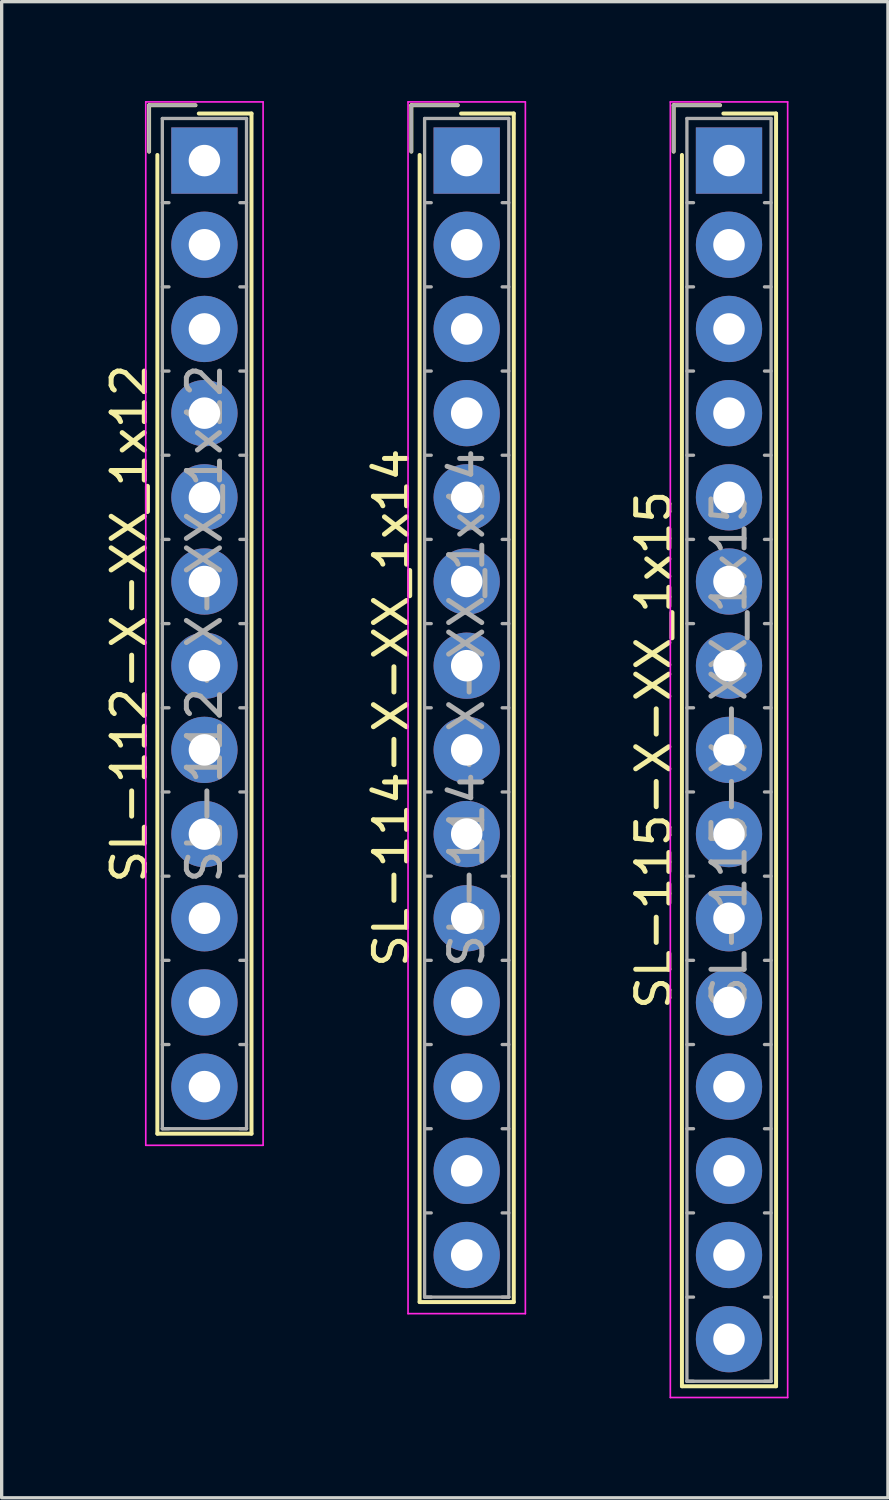
<source format=kicad_pcb>
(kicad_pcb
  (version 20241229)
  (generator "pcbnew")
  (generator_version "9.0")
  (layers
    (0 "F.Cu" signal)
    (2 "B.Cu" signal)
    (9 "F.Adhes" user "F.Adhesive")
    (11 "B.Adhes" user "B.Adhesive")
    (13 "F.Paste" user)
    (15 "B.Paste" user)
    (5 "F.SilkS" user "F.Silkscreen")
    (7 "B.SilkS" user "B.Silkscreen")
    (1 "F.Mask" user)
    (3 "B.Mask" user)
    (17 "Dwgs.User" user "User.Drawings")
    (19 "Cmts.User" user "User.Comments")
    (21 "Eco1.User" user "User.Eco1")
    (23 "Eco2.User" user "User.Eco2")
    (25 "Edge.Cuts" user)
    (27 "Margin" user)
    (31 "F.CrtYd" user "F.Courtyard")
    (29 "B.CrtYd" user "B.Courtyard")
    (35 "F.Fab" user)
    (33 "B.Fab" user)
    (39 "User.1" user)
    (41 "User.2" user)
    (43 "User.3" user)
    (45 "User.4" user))
  (footprint "SL-114-X-XX_1x14"
    (layer "F.Cu")
    (at 11.031 1.795)
    (property "Reference" "SL-114-X-XX_1x14" (at -2.27 16.51 90) (layer "F.SilkS") (effects (font (size 1 1) (thickness 0.15))))
    (attr through_hole)
    (fp_line (start -1.67 -1.67) (end -1.67 -0.27) (stroke (width 0.12) (type solid)) (layer "F.SilkS"))
    (fp_line (start -1.42 34.44) (end -1.42 -0.17) (stroke (width 0.12) (type solid)) (layer "F.SilkS"))
    (fp_line (start -0.27 -1.67) (end -1.67 -1.67) (stroke (width 0.12) (type solid)) (layer "F.SilkS"))
    (fp_line (start -0.17 -1.42) (end 1.42 -1.42) (stroke (width 0.12) (type solid)) (layer "F.SilkS"))
    (fp_line (start 1.42 -1.42) (end 1.42 34.44) (stroke (width 0.12) (type solid)) (layer "F.SilkS"))
    (fp_line (start 1.42 34.44) (end -1.42 34.44) (stroke (width 0.12) (type solid)) (layer "F.SilkS"))
    (fp_line (start -1.77 -1.77) (end -1.77 34.79) (stroke (width 0.05) (type solid)) (layer "F.CrtYd"))
    (fp_line (start -1.77 34.79) (end 1.77 34.79) (stroke (width 0.05) (type solid)) (layer "F.CrtYd"))
    (fp_line (start 1.77 -1.77) (end -1.77 -1.77) (stroke (width 0.05) (type solid)) (layer "F.CrtYd"))
    (fp_line (start 1.77 34.79) (end 1.77 -1.77) (stroke (width 0.05) (type solid)) (layer "F.CrtYd"))
    (fp_line (start -1.67 -1.67) (end -1.67 -0.27) (stroke (width 0.1) (type solid)) (layer "F.Fab"))
    (fp_line (start -1.27 -1.27) (end -1.27 34.29) (stroke (width 0.1) (type solid)) (layer "F.Fab"))
    (fp_line (start -1.27 1.27) (end -1.07 1.27) (stroke (width 0.1) (type solid)) (layer "F.Fab"))
    (fp_line (start -1.27 3.81) (end -1.07 3.81) (stroke (width 0.1) (type solid)) (layer "F.Fab"))
    (fp_line (start -1.27 6.35) (end -1.07 6.35) (stroke (width 0.1) (type solid)) (layer "F.Fab"))
    (fp_line (start -1.27 8.89) (end -1.07 8.89) (stroke (width 0.1) (type solid)) (layer "F.Fab"))
    (fp_line (start -1.27 11.43) (end -1.07 11.43) (stroke (width 0.1) (type solid)) (layer "F.Fab"))
    (fp_line (start -1.27 13.97) (end -1.07 13.97) (stroke (width 0.1) (type solid)) (layer "F.Fab"))
    (fp_line (start -1.27 16.51) (end -1.07 16.51) (stroke (width 0.1) (type solid)) (layer "F.Fab"))
    (fp_line (start -1.27 19.05) (end -1.07 19.05) (stroke (width 0.1) (type solid)) (layer "F.Fab"))
    (fp_line (start -1.27 21.59) (end -1.07 21.59) (stroke (width 0.1) (type solid)) (layer "F.Fab"))
    (fp_line (start -1.27 24.13) (end -1.07 24.13) (stroke (width 0.1) (type solid)) (layer "F.Fab"))
    (fp_line (start -1.27 26.67) (end -1.07 26.67) (stroke (width 0.1) (type solid)) (layer "F.Fab"))
    (fp_line (start -1.27 29.21) (end -1.07 29.21) (stroke (width 0.1) (type solid)) (layer "F.Fab"))
    (fp_line (start -1.27 31.75) (end -1.07 31.75) (stroke (width 0.1) (type solid)) (layer "F.Fab"))
    (fp_line (start -1.27 34.29) (end -1.07 34.29) (stroke (width 0.1) (type solid)) (layer "F.Fab"))
    (fp_line (start -1.27 34.29) (end 1.27 34.29) (stroke (width 0.1) (type solid)) (layer "F.Fab"))
    (fp_line (start -0.27 -1.67) (end -1.67 -1.67) (stroke (width 0.1) (type solid)) (layer "F.Fab"))
    (fp_line (start 1.27 -1.27) (end -1.27 -1.27) (stroke (width 0.1) (type solid)) (layer "F.Fab"))
    (fp_line (start 1.27 1.27) (end 1.07 1.27) (stroke (width 0.1) (type solid)) (layer "F.Fab"))
    (fp_line (start 1.27 3.81) (end 1.07 3.81) (stroke (width 0.1) (type solid)) (layer "F.Fab"))
    (fp_line (start 1.27 6.35) (end 1.07 6.35) (stroke (width 0.1) (type solid)) (layer "F.Fab"))
    (fp_line (start 1.27 8.89) (end 1.07 8.89) (stroke (width 0.1) (type solid)) (layer "F.Fab"))
    (fp_line (start 1.27 11.43) (end 1.07 11.43) (stroke (width 0.1) (type solid)) (layer "F.Fab"))
    (fp_line (start 1.27 13.97) (end 1.07 13.97) (stroke (width 0.1) (type solid)) (layer "F.Fab"))
    (fp_line (start 1.27 16.51) (end 1.07 16.51) (stroke (width 0.1) (type solid)) (layer "F.Fab"))
    (fp_line (start 1.27 19.05) (end 1.07 19.05) (stroke (width 0.1) (type solid)) (layer "F.Fab"))
    (fp_line (start 1.27 21.59) (end 1.07 21.59) (stroke (width 0.1) (type solid)) (layer "F.Fab"))
    (fp_line (start 1.27 24.13) (end 1.07 24.13) (stroke (width 0.1) (type solid)) (layer "F.Fab"))
    (fp_line (start 1.27 26.67) (end 1.07 26.67) (stroke (width 0.1) (type solid)) (layer "F.Fab"))
    (fp_line (start 1.27 29.21) (end 1.07 29.21) (stroke (width 0.1) (type solid)) (layer "F.Fab"))
    (fp_line (start 1.27 31.75) (end 1.07 31.75) (stroke (width 0.1) (type solid)) (layer "F.Fab"))
    (fp_line (start 1.27 34.29) (end 1.07 34.29) (stroke (width 0.1) (type solid)) (layer "F.Fab"))
    (fp_line (start 1.27 34.29) (end 1.27 -1.27) (stroke (width 0.1) (type solid)) (layer "F.Fab"))
    (fp_text user "${REFERENCE}" (at 0 16.51 90) (layer "F.Fab") (effects (font (size 1 1) (thickness 0.15))))
    (pad "1" thru_hole rect (at 0 0) (size 2 2) (drill 0.95) (layers "*.Cu" "*.Mask"))
    (pad "2" thru_hole circle (at 0 2.54) (size 2 2) (drill 0.95) (layers "*.Cu" "*.Mask"))
    (pad "3" thru_hole circle (at 0 5.08) (size 2 2) (drill 0.95) (layers "*.Cu" "*.Mask"))
    (pad "4" thru_hole circle (at 0 7.62) (size 2 2) (drill 0.95) (layers "*.Cu" "*.Mask"))
    (pad "5" thru_hole circle (at 0 10.16) (size 2 2) (drill 0.95) (layers "*.Cu" "*.Mask"))
    (pad "6" thru_hole circle (at 0 12.7) (size 2 2) (drill 0.95) (layers "*.Cu" "*.Mask"))
    (pad "7" thru_hole circle (at 0 15.24) (size 2 2) (drill 0.95) (layers "*.Cu" "*.Mask"))
    (pad "8" thru_hole circle (at 0 17.78) (size 2 2) (drill 0.95) (layers "*.Cu" "*.Mask"))
    (pad "9" thru_hole circle (at 0 20.32) (size 2 2) (drill 0.95) (layers "*.Cu" "*.Mask"))
    (pad "10" thru_hole circle (at 0 22.86) (size 2 2) (drill 0.95) (layers "*.Cu" "*.Mask"))
    (pad "11" thru_hole circle (at 0 25.4) (size 2 2) (drill 0.95) (layers "*.Cu" "*.Mask"))
    (pad "12" thru_hole circle (at 0 27.94) (size 2 2) (drill 0.95) (layers "*.Cu" "*.Mask"))
    (pad "13" thru_hole circle (at 0 30.48) (size 2 2) (drill 0.95) (layers "*.Cu" "*.Mask"))
    (pad "14" thru_hole circle (at 0 33.02) (size 2 2) (drill 0.95) (layers "*.Cu" "*.Mask")))
  (footprint "SL-115-X-XX_1x15"
    (layer "F.Cu")
    (at 18.945 1.795)
    (property "Reference" "SL-115-X-XX_1x15" (at -2.27 17.78 90) (layer "F.SilkS") (effects (font (size 1 1) (thickness 0.15))))
    (attr through_hole)
    (fp_line (start -1.67 -1.67) (end -1.67 -0.27) (stroke (width 0.12) (type solid)) (layer "F.SilkS"))
    (fp_line (start -1.42 36.98) (end -1.42 -0.17) (stroke (width 0.12) (type solid)) (layer "F.SilkS"))
    (fp_line (start -0.27 -1.67) (end -1.67 -1.67) (stroke (width 0.12) (type solid)) (layer "F.SilkS"))
    (fp_line (start -0.17 -1.42) (end 1.42 -1.42) (stroke (width 0.12) (type solid)) (layer "F.SilkS"))
    (fp_line (start 1.42 -1.42) (end 1.42 36.98) (stroke (width 0.12) (type solid)) (layer "F.SilkS"))
    (fp_line (start 1.42 36.98) (end -1.42 36.98) (stroke (width 0.12) (type solid)) (layer "F.SilkS"))
    (fp_line (start -1.77 -1.77) (end -1.77 37.32) (stroke (width 0.05) (type solid)) (layer "F.CrtYd"))
    (fp_line (start -1.77 37.32) (end 1.77 37.32) (stroke (width 0.05) (type solid)) (layer "F.CrtYd"))
    (fp_line (start 1.77 -1.77) (end -1.77 -1.77) (stroke (width 0.05) (type solid)) (layer "F.CrtYd"))
    (fp_line (start 1.77 37.32) (end 1.77 -1.77) (stroke (width 0.05) (type solid)) (layer "F.CrtYd"))
    (fp_line (start -1.67 -1.67) (end -1.67 -0.27) (stroke (width 0.1) (type solid)) (layer "F.Fab"))
    (fp_line (start -1.27 -1.27) (end -1.27 36.83) (stroke (width 0.1) (type solid)) (layer "F.Fab"))
    (fp_line (start -1.27 1.27) (end -1.07 1.27) (stroke (width 0.1) (type solid)) (layer "F.Fab"))
    (fp_line (start -1.27 3.81) (end -1.07 3.81) (stroke (width 0.1) (type solid)) (layer "F.Fab"))
    (fp_line (start -1.27 6.35) (end -1.07 6.35) (stroke (width 0.1) (type solid)) (layer "F.Fab"))
    (fp_line (start -1.27 8.89) (end -1.07 8.89) (stroke (width 0.1) (type solid)) (layer "F.Fab"))
    (fp_line (start -1.27 11.43) (end -1.07 11.43) (stroke (width 0.1) (type solid)) (layer "F.Fab"))
    (fp_line (start -1.27 13.97) (end -1.07 13.97) (stroke (width 0.1) (type solid)) (layer "F.Fab"))
    (fp_line (start -1.27 16.51) (end -1.07 16.51) (stroke (width 0.1) (type solid)) (layer "F.Fab"))
    (fp_line (start -1.27 19.05) (end -1.07 19.05) (stroke (width 0.1) (type solid)) (layer "F.Fab"))
    (fp_line (start -1.27 21.59) (end -1.07 21.59) (stroke (width 0.1) (type solid)) (layer "F.Fab"))
    (fp_line (start -1.27 24.13) (end -1.07 24.13) (stroke (width 0.1) (type solid)) (layer "F.Fab"))
    (fp_line (start -1.27 26.67) (end -1.07 26.67) (stroke (width 0.1) (type solid)) (layer "F.Fab"))
    (fp_line (start -1.27 29.21) (end -1.07 29.21) (stroke (width 0.1) (type solid)) (layer "F.Fab"))
    (fp_line (start -1.27 31.75) (end -1.07 31.75) (stroke (width 0.1) (type solid)) (layer "F.Fab"))
    (fp_line (start -1.27 34.29) (end -1.07 34.29) (stroke (width 0.1) (type solid)) (layer "F.Fab"))
    (fp_line (start -1.27 36.83) (end -1.07 36.83) (stroke (width 0.1) (type solid)) (layer "F.Fab"))
    (fp_line (start -1.27 36.83) (end 1.27 36.83) (stroke (width 0.1) (type solid)) (layer "F.Fab"))
    (fp_line (start -0.27 -1.67) (end -1.67 -1.67) (stroke (width 0.1) (type solid)) (layer "F.Fab"))
    (fp_line (start 1.27 -1.27) (end -1.27 -1.27) (stroke (width 0.1) (type solid)) (layer "F.Fab"))
    (fp_line (start 1.27 1.27) (end 1.07 1.27) (stroke (width 0.1) (type solid)) (layer "F.Fab"))
    (fp_line (start 1.27 3.81) (end 1.07 3.81) (stroke (width 0.1) (type solid)) (layer "F.Fab"))
    (fp_line (start 1.27 6.35) (end 1.07 6.35) (stroke (width 0.1) (type solid)) (layer "F.Fab"))
    (fp_line (start 1.27 8.89) (end 1.07 8.89) (stroke (width 0.1) (type solid)) (layer "F.Fab"))
    (fp_line (start 1.27 11.43) (end 1.07 11.43) (stroke (width 0.1) (type solid)) (layer "F.Fab"))
    (fp_line (start 1.27 13.97) (end 1.07 13.97) (stroke (width 0.1) (type solid)) (layer "F.Fab"))
    (fp_line (start 1.27 16.51) (end 1.07 16.51) (stroke (width 0.1) (type solid)) (layer "F.Fab"))
    (fp_line (start 1.27 19.05) (end 1.07 19.05) (stroke (width 0.1) (type solid)) (layer "F.Fab"))
    (fp_line (start 1.27 21.59) (end 1.07 21.59) (stroke (width 0.1) (type solid)) (layer "F.Fab"))
    (fp_line (start 1.27 24.13) (end 1.07 24.13) (stroke (width 0.1) (type solid)) (layer "F.Fab"))
    (fp_line (start 1.27 26.67) (end 1.07 26.67) (stroke (width 0.1) (type solid)) (layer "F.Fab"))
    (fp_line (start 1.27 29.21) (end 1.07 29.21) (stroke (width 0.1) (type solid)) (layer "F.Fab"))
    (fp_line (start 1.27 31.75) (end 1.07 31.75) (stroke (width 0.1) (type solid)) (layer "F.Fab"))
    (fp_line (start 1.27 34.29) (end 1.07 34.29) (stroke (width 0.1) (type solid)) (layer "F.Fab"))
    (fp_line (start 1.27 36.83) (end 1.07 36.83) (stroke (width 0.1) (type solid)) (layer "F.Fab"))
    (fp_line (start 1.27 36.83) (end 1.27 -1.27) (stroke (width 0.1) (type solid)) (layer "F.Fab"))
    (fp_text user "${REFERENCE}" (at 0 17.78 90) (layer "F.Fab") (effects (font (size 1 1) (thickness 0.15))))
    (pad "1" thru_hole rect (at 0 0) (size 2 2) (drill 0.95) (layers "*.Cu" "*.Mask"))
    (pad "2" thru_hole circle (at 0 2.54) (size 2 2) (drill 0.95) (layers "*.Cu" "*.Mask"))
    (pad "3" thru_hole circle (at 0 5.08) (size 2 2) (drill 0.95) (layers "*.Cu" "*.Mask"))
    (pad "4" thru_hole circle (at 0 7.62) (size 2 2) (drill 0.95) (layers "*.Cu" "*.Mask"))
    (pad "5" thru_hole circle (at 0 10.16) (size 2 2) (drill 0.95) (layers "*.Cu" "*.Mask"))
    (pad "6" thru_hole circle (at 0 12.7) (size 2 2) (drill 0.95) (layers "*.Cu" "*.Mask"))
    (pad "7" thru_hole circle (at 0 15.24) (size 2 2) (drill 0.95) (layers "*.Cu" "*.Mask"))
    (pad "8" thru_hole circle (at 0 17.78) (size 2 2) (drill 0.95) (layers "*.Cu" "*.Mask"))
    (pad "9" thru_hole circle (at 0 20.32) (size 2 2) (drill 0.95) (layers "*.Cu" "*.Mask"))
    (pad "10" thru_hole circle (at 0 22.86) (size 2 2) (drill 0.95) (layers "*.Cu" "*.Mask"))
    (pad "11" thru_hole circle (at 0 25.4) (size 2 2) (drill 0.95) (layers "*.Cu" "*.Mask"))
    (pad "12" thru_hole circle (at 0 27.94) (size 2 2) (drill 0.95) (layers "*.Cu" "*.Mask"))
    (pad "13" thru_hole circle (at 0 30.48) (size 2 2) (drill 0.95) (layers "*.Cu" "*.Mask"))
    (pad "14" thru_hole circle (at 0 33.02) (size 2 2) (drill 0.95) (layers "*.Cu" "*.Mask"))
    (pad "15" thru_hole circle (at 0 35.56) (size 2 2) (drill 0.95) (layers "*.Cu" "*.Mask")))
  (footprint "SL-112-X-XX_1x12"
    (layer "F.Cu")
    (at 3.118 1.795)
    (property "Reference" "SL-112-X-XX_1x12" (at -2.27 13.97 90) (layer "F.SilkS") (effects (font (size 1 1) (thickness 0.15))))
    (attr through_hole)
    (fp_line (start -1.67 -1.67) (end -1.67 -0.27) (stroke (width 0.12) (type solid)) (layer "F.SilkS"))
    (fp_line (start -1.42 29.36) (end -1.42 -0.17) (stroke (width 0.12) (type solid)) (layer "F.SilkS"))
    (fp_line (start -0.27 -1.67) (end -1.67 -1.67) (stroke (width 0.12) (type solid)) (layer "F.SilkS"))
    (fp_line (start -0.17 -1.42) (end 1.42 -1.42) (stroke (width 0.12) (type solid)) (layer "F.SilkS"))
    (fp_line (start 1.42 -1.42) (end 1.42 29.36) (stroke (width 0.12) (type solid)) (layer "F.SilkS"))
    (fp_line (start 1.42 29.36) (end -1.42 29.36) (stroke (width 0.12) (type solid)) (layer "F.SilkS"))
    (fp_line (start -1.77 -1.77) (end -1.77 29.71) (stroke (width 0.05) (type solid)) (layer "F.CrtYd"))
    (fp_line (start -1.77 29.71) (end 1.77 29.71) (stroke (width 0.05) (type solid)) (layer "F.CrtYd"))
    (fp_line (start 1.77 -1.77) (end -1.77 -1.77) (stroke (width 0.05) (type solid)) (layer "F.CrtYd"))
    (fp_line (start 1.77 29.71) (end 1.77 -1.77) (stroke (width 0.05) (type solid)) (layer "F.CrtYd"))
    (fp_line (start -1.67 -1.67) (end -1.67 -0.27) (stroke (width 0.1) (type solid)) (layer "F.Fab"))
    (fp_line (start -1.27 -1.27) (end -1.27 29.21) (stroke (width 0.1) (type solid)) (layer "F.Fab"))
    (fp_line (start -1.27 1.27) (end -1.07 1.27) (stroke (width 0.1) (type solid)) (layer "F.Fab"))
    (fp_line (start -1.27 3.81) (end -1.07 3.81) (stroke (width 0.1) (type solid)) (layer "F.Fab"))
    (fp_line (start -1.27 6.35) (end -1.07 6.35) (stroke (width 0.1) (type solid)) (layer "F.Fab"))
    (fp_line (start -1.27 8.89) (end -1.07 8.89) (stroke (width 0.1) (type solid)) (layer "F.Fab"))
    (fp_line (start -1.27 11.43) (end -1.07 11.43) (stroke (width 0.1) (type solid)) (layer "F.Fab"))
    (fp_line (start -1.27 13.97) (end -1.07 13.97) (stroke (width 0.1) (type solid)) (layer "F.Fab"))
    (fp_line (start -1.27 16.51) (end -1.07 16.51) (stroke (width 0.1) (type solid)) (layer "F.Fab"))
    (fp_line (start -1.27 19.05) (end -1.07 19.05) (stroke (width 0.1) (type solid)) (layer "F.Fab"))
    (fp_line (start -1.27 21.59) (end -1.07 21.59) (stroke (width 0.1) (type solid)) (layer "F.Fab"))
    (fp_line (start -1.27 24.13) (end -1.07 24.13) (stroke (width 0.1) (type solid)) (layer "F.Fab"))
    (fp_line (start -1.27 26.67) (end -1.07 26.67) (stroke (width 0.1) (type solid)) (layer "F.Fab"))
    (fp_line (start -1.27 29.21) (end -1.07 29.21) (stroke (width 0.1) (type solid)) (layer "F.Fab"))
    (fp_line (start -1.27 29.21) (end 1.27 29.21) (stroke (width 0.1) (type solid)) (layer "F.Fab"))
    (fp_line (start -0.27 -1.67) (end -1.67 -1.67) (stroke (width 0.1) (type solid)) (layer "F.Fab"))
    (fp_line (start 1.27 -1.27) (end -1.27 -1.27) (stroke (width 0.1) (type solid)) (layer "F.Fab"))
    (fp_line (start 1.27 1.27) (end 1.07 1.27) (stroke (width 0.1) (type solid)) (layer "F.Fab"))
    (fp_line (start 1.27 3.81) (end 1.07 3.81) (stroke (width 0.1) (type solid)) (layer "F.Fab"))
    (fp_line (start 1.27 6.35) (end 1.07 6.35) (stroke (width 0.1) (type solid)) (layer "F.Fab"))
    (fp_line (start 1.27 8.89) (end 1.07 8.89) (stroke (width 0.1) (type solid)) (layer "F.Fab"))
    (fp_line (start 1.27 11.43) (end 1.07 11.43) (stroke (width 0.1) (type solid)) (layer "F.Fab"))
    (fp_line (start 1.27 13.97) (end 1.07 13.97) (stroke (width 0.1) (type solid)) (layer "F.Fab"))
    (fp_line (start 1.27 16.51) (end 1.07 16.51) (stroke (width 0.1) (type solid)) (layer "F.Fab"))
    (fp_line (start 1.27 19.05) (end 1.07 19.05) (stroke (width 0.1) (type solid)) (layer "F.Fab"))
    (fp_line (start 1.27 21.59) (end 1.07 21.59) (stroke (width 0.1) (type solid)) (layer "F.Fab"))
    (fp_line (start 1.27 24.13) (end 1.07 24.13) (stroke (width 0.1) (type solid)) (layer "F.Fab"))
    (fp_line (start 1.27 26.67) (end 1.07 26.67) (stroke (width 0.1) (type solid)) (layer "F.Fab"))
    (fp_line (start 1.27 29.21) (end 1.07 29.21) (stroke (width 0.1) (type solid)) (layer "F.Fab"))
    (fp_line (start 1.27 29.21) (end 1.27 -1.27) (stroke (width 0.1) (type solid)) (layer "F.Fab"))
    (fp_text user "${REFERENCE}" (at 0 13.97 90) (layer "F.Fab") (effects (font (size 1 1) (thickness 0.15))))
    (pad "1" thru_hole rect (at 0 0) (size 2 2) (drill 0.95) (layers "*.Cu" "*.Mask"))
    (pad "2" thru_hole circle (at 0 2.54) (size 2 2) (drill 0.95) (layers "*.Cu" "*.Mask"))
    (pad "3" thru_hole circle (at 0 5.08) (size 2 2) (drill 0.95) (layers "*.Cu" "*.Mask"))
    (pad "4" thru_hole circle (at 0 7.62) (size 2 2) (drill 0.95) (layers "*.Cu" "*.Mask"))
    (pad "5" thru_hole circle (at 0 10.16) (size 2 2) (drill 0.95) (layers "*.Cu" "*.Mask"))
    (pad "6" thru_hole circle (at 0 12.7) (size 2 2) (drill 0.95) (layers "*.Cu" "*.Mask"))
    (pad "7" thru_hole circle (at 0 15.24) (size 2 2) (drill 0.95) (layers "*.Cu" "*.Mask"))
    (pad "8" thru_hole circle (at 0 17.78) (size 2 2) (drill 0.95) (layers "*.Cu" "*.Mask"))
    (pad "9" thru_hole circle (at 0 20.32) (size 2 2) (drill 0.95) (layers "*.Cu" "*.Mask"))
    (pad "10" thru_hole circle (at 0 22.86) (size 2 2) (drill 0.95) (layers "*.Cu" "*.Mask"))
    (pad "11" thru_hole circle (at 0 25.4) (size 2 2) (drill 0.95) (layers "*.Cu" "*.Mask"))
    (pad "12" thru_hole circle (at 0 27.94) (size 2 2) (drill 0.95) (layers "*.Cu" "*.Mask")))
  (gr_rect
    (start -3 -3)
    (end 23.74 42.14)
    (stroke (width 0.1) (type default))
    (fill no)
    (layer "Edge.Cuts")))
</source>
